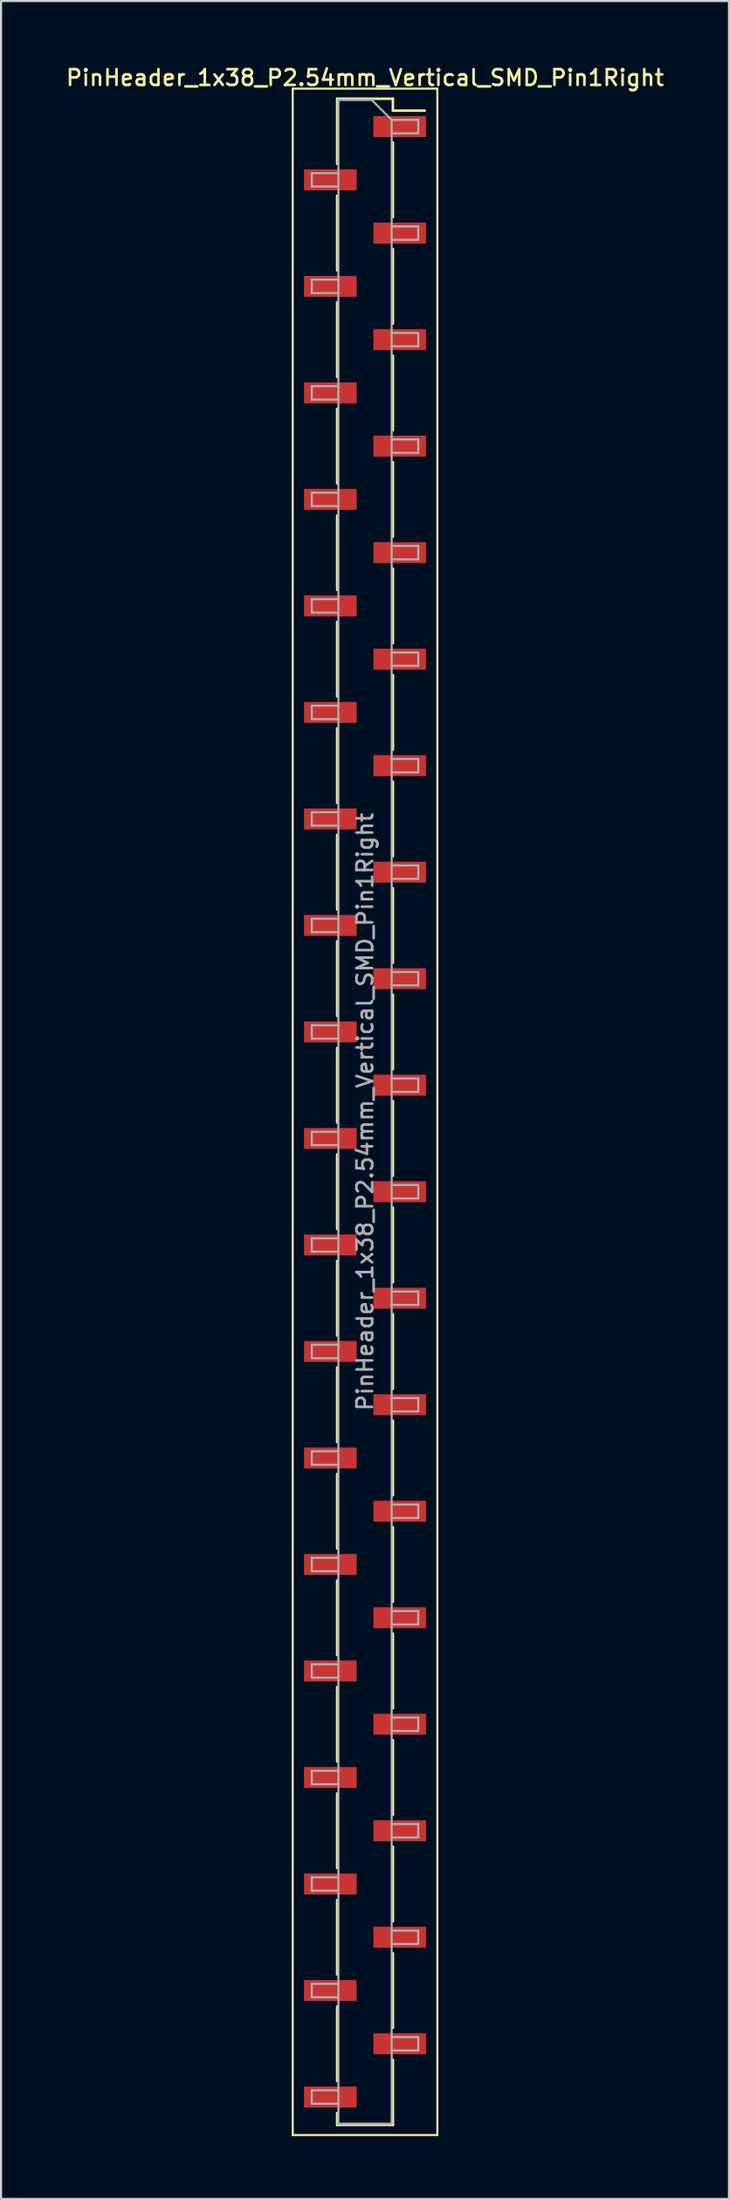
<source format=kicad_pcb>
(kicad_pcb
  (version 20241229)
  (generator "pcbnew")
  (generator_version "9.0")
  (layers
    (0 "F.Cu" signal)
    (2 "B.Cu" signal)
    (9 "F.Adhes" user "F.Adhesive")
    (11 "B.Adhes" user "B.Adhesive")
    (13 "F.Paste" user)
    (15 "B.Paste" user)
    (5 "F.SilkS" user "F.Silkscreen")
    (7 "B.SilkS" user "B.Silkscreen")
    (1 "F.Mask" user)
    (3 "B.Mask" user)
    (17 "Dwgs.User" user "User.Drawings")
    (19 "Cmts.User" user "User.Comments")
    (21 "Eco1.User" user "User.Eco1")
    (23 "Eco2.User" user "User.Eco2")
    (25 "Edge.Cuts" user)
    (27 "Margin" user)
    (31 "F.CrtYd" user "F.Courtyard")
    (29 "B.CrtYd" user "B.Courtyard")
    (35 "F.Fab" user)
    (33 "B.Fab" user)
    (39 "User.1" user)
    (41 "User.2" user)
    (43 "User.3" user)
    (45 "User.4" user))
  (footprint "PinHeader_1x38_P2.54mm_Vertical_SMD_Pin1Right"
    (layer "F.Cu")
    (at 14.363 49.978)
    (property "Reference" "PinHeader_1x38_P2.54mm_Vertical_SMD_Pin1Right" (at 0 -49.32 0) (layer "F.SilkS") (effects (font (size 0.75 0.75) (thickness 0.125))))
    (attr smd)
    (fp_line (start -3.45 -48.8) (end -3.45 48.8) (stroke (width 0.1) (type solid)) (layer "F.SilkS"))
    (fp_line (start -3.45 48.8) (end 3.45 48.8) (stroke (width 0.1) (type solid)) (layer "F.SilkS"))
    (fp_line (start -1.33 -48.32) (end -1.33 -45.21) (stroke (width 0.12) (type solid)) (layer "F.SilkS"))
    (fp_line (start -1.33 -48.32) (end 1.33 -48.32) (stroke (width 0.12) (type solid)) (layer "F.SilkS"))
    (fp_line (start -1.33 -43.69) (end -1.33 -40.13) (stroke (width 0.12) (type solid)) (layer "F.SilkS"))
    (fp_line (start -1.33 -38.61) (end -1.33 -35.05) (stroke (width 0.12) (type solid)) (layer "F.SilkS"))
    (fp_line (start -1.33 -33.53) (end -1.33 -29.97) (stroke (width 0.12) (type solid)) (layer "F.SilkS"))
    (fp_line (start -1.33 -28.45) (end -1.33 -24.89) (stroke (width 0.12) (type solid)) (layer "F.SilkS"))
    (fp_line (start -1.33 -23.37) (end -1.33 -19.81) (stroke (width 0.12) (type solid)) (layer "F.SilkS"))
    (fp_line (start -1.33 -18.29) (end -1.33 -14.73) (stroke (width 0.12) (type solid)) (layer "F.SilkS"))
    (fp_line (start -1.33 -13.21) (end -1.33 -9.65) (stroke (width 0.12) (type solid)) (layer "F.SilkS"))
    (fp_line (start -1.33 -8.13) (end -1.33 -4.57) (stroke (width 0.12) (type solid)) (layer "F.SilkS"))
    (fp_line (start -1.33 -3.05) (end -1.33 0.51) (stroke (width 0.12) (type solid)) (layer "F.SilkS"))
    (fp_line (start -1.33 2.03) (end -1.33 5.59) (stroke (width 0.12) (type solid)) (layer "F.SilkS"))
    (fp_line (start -1.33 7.11) (end -1.33 10.67) (stroke (width 0.12) (type solid)) (layer "F.SilkS"))
    (fp_line (start -1.33 12.19) (end -1.33 15.75) (stroke (width 0.12) (type solid)) (layer "F.SilkS"))
    (fp_line (start -1.33 17.27) (end -1.33 20.83) (stroke (width 0.12) (type solid)) (layer "F.SilkS"))
    (fp_line (start -1.33 22.35) (end -1.33 25.91) (stroke (width 0.12) (type solid)) (layer "F.SilkS"))
    (fp_line (start -1.33 27.43) (end -1.33 30.99) (stroke (width 0.12) (type solid)) (layer "F.SilkS"))
    (fp_line (start -1.33 32.51) (end -1.33 36.07) (stroke (width 0.12) (type solid)) (layer "F.SilkS"))
    (fp_line (start -1.33 37.59) (end -1.33 41.15) (stroke (width 0.12) (type solid)) (layer "F.SilkS"))
    (fp_line (start -1.33 42.67) (end -1.33 46.23) (stroke (width 0.12) (type solid)) (layer "F.SilkS"))
    (fp_line (start -1.33 47.75) (end -1.33 48.32) (stroke (width 0.12) (type solid)) (layer "F.SilkS"))
    (fp_line (start -1.33 48.32) (end 1.33 48.32) (stroke (width 0.12) (type solid)) (layer "F.SilkS"))
    (fp_line (start 1.33 -48.32) (end 1.33 -47.75) (stroke (width 0.12) (type solid)) (layer "F.SilkS"))
    (fp_line (start 1.33 -47.75) (end 2.85 -47.75) (stroke (width 0.12) (type solid)) (layer "F.SilkS"))
    (fp_line (start 1.33 -46.23) (end 1.33 -42.67) (stroke (width 0.12) (type solid)) (layer "F.SilkS"))
    (fp_line (start 1.33 -41.15) (end 1.33 -37.59) (stroke (width 0.12) (type solid)) (layer "F.SilkS"))
    (fp_line (start 1.33 -36.07) (end 1.33 -32.51) (stroke (width 0.12) (type solid)) (layer "F.SilkS"))
    (fp_line (start 1.33 -30.99) (end 1.33 -27.43) (stroke (width 0.12) (type solid)) (layer "F.SilkS"))
    (fp_line (start 1.33 -25.91) (end 1.33 -22.35) (stroke (width 0.12) (type solid)) (layer "F.SilkS"))
    (fp_line (start 1.33 -20.83) (end 1.33 -17.27) (stroke (width 0.12) (type solid)) (layer "F.SilkS"))
    (fp_line (start 1.33 -15.75) (end 1.33 -12.19) (stroke (width 0.12) (type solid)) (layer "F.SilkS"))
    (fp_line (start 1.33 -10.67) (end 1.33 -7.11) (stroke (width 0.12) (type solid)) (layer "F.SilkS"))
    (fp_line (start 1.33 -5.59) (end 1.33 -2.03) (stroke (width 0.12) (type solid)) (layer "F.SilkS"))
    (fp_line (start 1.33 -0.51) (end 1.33 3.05) (stroke (width 0.12) (type solid)) (layer "F.SilkS"))
    (fp_line (start 1.33 4.57) (end 1.33 8.13) (stroke (width 0.12) (type solid)) (layer "F.SilkS"))
    (fp_line (start 1.33 9.65) (end 1.33 13.21) (stroke (width 0.12) (type solid)) (layer "F.SilkS"))
    (fp_line (start 1.33 14.73) (end 1.33 18.29) (stroke (width 0.12) (type solid)) (layer "F.SilkS"))
    (fp_line (start 1.33 19.81) (end 1.33 23.37) (stroke (width 0.12) (type solid)) (layer "F.SilkS"))
    (fp_line (start 1.33 24.89) (end 1.33 28.45) (stroke (width 0.12) (type solid)) (layer "F.SilkS"))
    (fp_line (start 1.33 29.97) (end 1.33 33.53) (stroke (width 0.12) (type solid)) (layer "F.SilkS"))
    (fp_line (start 1.33 35.05) (end 1.33 38.61) (stroke (width 0.12) (type solid)) (layer "F.SilkS"))
    (fp_line (start 1.33 40.13) (end 1.33 43.69) (stroke (width 0.12) (type solid)) (layer "F.SilkS"))
    (fp_line (start 1.33 45.21) (end 1.33 48.32) (stroke (width 0.12) (type solid)) (layer "F.SilkS"))
    (fp_line (start 3.45 -48.8) (end -3.45 -48.8) (stroke (width 0.1) (type solid)) (layer "F.SilkS"))
    (fp_line (start 3.45 48.8) (end 3.45 -48.8) (stroke (width 0.1) (type solid)) (layer "F.SilkS"))
    (fp_line (start -2.54 -44.77) (end -2.54 -44.13) (stroke (width 0.1) (type solid)) (layer "F.Fab"))
    (fp_line (start -2.54 -44.13) (end -1.27 -44.13) (stroke (width 0.1) (type solid)) (layer "F.Fab"))
    (fp_line (start -2.54 -39.69) (end -2.54 -39.05) (stroke (width 0.1) (type solid)) (layer "F.Fab"))
    (fp_line (start -2.54 -39.05) (end -1.27 -39.05) (stroke (width 0.1) (type solid)) (layer "F.Fab"))
    (fp_line (start -2.54 -34.61) (end -2.54 -33.97) (stroke (width 0.1) (type solid)) (layer "F.Fab"))
    (fp_line (start -2.54 -33.97) (end -1.27 -33.97) (stroke (width 0.1) (type solid)) (layer "F.Fab"))
    (fp_line (start -2.54 -29.53) (end -2.54 -28.89) (stroke (width 0.1) (type solid)) (layer "F.Fab"))
    (fp_line (start -2.54 -28.89) (end -1.27 -28.89) (stroke (width 0.1) (type solid)) (layer "F.Fab"))
    (fp_line (start -2.54 -24.45) (end -2.54 -23.81) (stroke (width 0.1) (type solid)) (layer "F.Fab"))
    (fp_line (start -2.54 -23.81) (end -1.27 -23.81) (stroke (width 0.1) (type solid)) (layer "F.Fab"))
    (fp_line (start -2.54 -19.37) (end -2.54 -18.73) (stroke (width 0.1) (type solid)) (layer "F.Fab"))
    (fp_line (start -2.54 -18.73) (end -1.27 -18.73) (stroke (width 0.1) (type solid)) (layer "F.Fab"))
    (fp_line (start -2.54 -14.29) (end -2.54 -13.65) (stroke (width 0.1) (type solid)) (layer "F.Fab"))
    (fp_line (start -2.54 -13.65) (end -1.27 -13.65) (stroke (width 0.1) (type solid)) (layer "F.Fab"))
    (fp_line (start -2.54 -9.21) (end -2.54 -8.57) (stroke (width 0.1) (type solid)) (layer "F.Fab"))
    (fp_line (start -2.54 -8.57) (end -1.27 -8.57) (stroke (width 0.1) (type solid)) (layer "F.Fab"))
    (fp_line (start -2.54 -4.13) (end -2.54 -3.49) (stroke (width 0.1) (type solid)) (layer "F.Fab"))
    (fp_line (start -2.54 -3.49) (end -1.27 -3.49) (stroke (width 0.1) (type solid)) (layer "F.Fab"))
    (fp_line (start -2.54 0.95) (end -2.54 1.59) (stroke (width 0.1) (type solid)) (layer "F.Fab"))
    (fp_line (start -2.54 1.59) (end -1.27 1.59) (stroke (width 0.1) (type solid)) (layer "F.Fab"))
    (fp_line (start -2.54 6.03) (end -2.54 6.67) (stroke (width 0.1) (type solid)) (layer "F.Fab"))
    (fp_line (start -2.54 6.67) (end -1.27 6.67) (stroke (width 0.1) (type solid)) (layer "F.Fab"))
    (fp_line (start -2.54 11.11) (end -2.54 11.75) (stroke (width 0.1) (type solid)) (layer "F.Fab"))
    (fp_line (start -2.54 11.75) (end -1.27 11.75) (stroke (width 0.1) (type solid)) (layer "F.Fab"))
    (fp_line (start -2.54 16.19) (end -2.54 16.83) (stroke (width 0.1) (type solid)) (layer "F.Fab"))
    (fp_line (start -2.54 16.83) (end -1.27 16.83) (stroke (width 0.1) (type solid)) (layer "F.Fab"))
    (fp_line (start -2.54 21.27) (end -2.54 21.91) (stroke (width 0.1) (type solid)) (layer "F.Fab"))
    (fp_line (start -2.54 21.91) (end -1.27 21.91) (stroke (width 0.1) (type solid)) (layer "F.Fab"))
    (fp_line (start -2.54 26.35) (end -2.54 26.99) (stroke (width 0.1) (type solid)) (layer "F.Fab"))
    (fp_line (start -2.54 26.99) (end -1.27 26.99) (stroke (width 0.1) (type solid)) (layer "F.Fab"))
    (fp_line (start -2.54 31.43) (end -2.54 32.07) (stroke (width 0.1) (type solid)) (layer "F.Fab"))
    (fp_line (start -2.54 32.07) (end -1.27 32.07) (stroke (width 0.1) (type solid)) (layer "F.Fab"))
    (fp_line (start -2.54 36.51) (end -2.54 37.15) (stroke (width 0.1) (type solid)) (layer "F.Fab"))
    (fp_line (start -2.54 37.15) (end -1.27 37.15) (stroke (width 0.1) (type solid)) (layer "F.Fab"))
    (fp_line (start -2.54 41.59) (end -2.54 42.23) (stroke (width 0.1) (type solid)) (layer "F.Fab"))
    (fp_line (start -2.54 42.23) (end -1.27 42.23) (stroke (width 0.1) (type solid)) (layer "F.Fab"))
    (fp_line (start -2.54 46.67) (end -2.54 47.31) (stroke (width 0.1) (type solid)) (layer "F.Fab"))
    (fp_line (start -2.54 47.31) (end -1.27 47.31) (stroke (width 0.1) (type solid)) (layer "F.Fab"))
    (fp_line (start -1.27 -48.26) (end -1.27 48.26) (stroke (width 0.1) (type solid)) (layer "F.Fab"))
    (fp_line (start -1.27 -48.26) (end 0.32 -48.26) (stroke (width 0.1) (type solid)) (layer "F.Fab"))
    (fp_line (start -1.27 -44.77) (end -2.54 -44.77) (stroke (width 0.1) (type solid)) (layer "F.Fab"))
    (fp_line (start -1.27 -39.69) (end -2.54 -39.69) (stroke (width 0.1) (type solid)) (layer "F.Fab"))
    (fp_line (start -1.27 -34.61) (end -2.54 -34.61) (stroke (width 0.1) (type solid)) (layer "F.Fab"))
    (fp_line (start -1.27 -29.53) (end -2.54 -29.53) (stroke (width 0.1) (type solid)) (layer "F.Fab"))
    (fp_line (start -1.27 -24.45) (end -2.54 -24.45) (stroke (width 0.1) (type solid)) (layer "F.Fab"))
    (fp_line (start -1.27 -19.37) (end -2.54 -19.37) (stroke (width 0.1) (type solid)) (layer "F.Fab"))
    (fp_line (start -1.27 -14.29) (end -2.54 -14.29) (stroke (width 0.1) (type solid)) (layer "F.Fab"))
    (fp_line (start -1.27 -9.21) (end -2.54 -9.21) (stroke (width 0.1) (type solid)) (layer "F.Fab"))
    (fp_line (start -1.27 -4.13) (end -2.54 -4.13) (stroke (width 0.1) (type solid)) (layer "F.Fab"))
    (fp_line (start -1.27 0.95) (end -2.54 0.95) (stroke (width 0.1) (type solid)) (layer "F.Fab"))
    (fp_line (start -1.27 6.03) (end -2.54 6.03) (stroke (width 0.1) (type solid)) (layer "F.Fab"))
    (fp_line (start -1.27 11.11) (end -2.54 11.11) (stroke (width 0.1) (type solid)) (layer "F.Fab"))
    (fp_line (start -1.27 16.19) (end -2.54 16.19) (stroke (width 0.1) (type solid)) (layer "F.Fab"))
    (fp_line (start -1.27 21.27) (end -2.54 21.27) (stroke (width 0.1) (type solid)) (layer "F.Fab"))
    (fp_line (start -1.27 26.35) (end -2.54 26.35) (stroke (width 0.1) (type solid)) (layer "F.Fab"))
    (fp_line (start -1.27 31.43) (end -2.54 31.43) (stroke (width 0.1) (type solid)) (layer "F.Fab"))
    (fp_line (start -1.27 36.51) (end -2.54 36.51) (stroke (width 0.1) (type solid)) (layer "F.Fab"))
    (fp_line (start -1.27 41.59) (end -2.54 41.59) (stroke (width 0.1) (type solid)) (layer "F.Fab"))
    (fp_line (start -1.27 46.67) (end -2.54 46.67) (stroke (width 0.1) (type solid)) (layer "F.Fab"))
    (fp_line (start 1.27 -47.31) (end 0.32 -48.26) (stroke (width 0.1) (type solid)) (layer "F.Fab"))
    (fp_line (start 1.27 -47.31) (end 2.54 -47.31) (stroke (width 0.1) (type solid)) (layer "F.Fab"))
    (fp_line (start 1.27 -42.23) (end 2.54 -42.23) (stroke (width 0.1) (type solid)) (layer "F.Fab"))
    (fp_line (start 1.27 -37.15) (end 2.54 -37.15) (stroke (width 0.1) (type solid)) (layer "F.Fab"))
    (fp_line (start 1.27 -32.07) (end 2.54 -32.07) (stroke (width 0.1) (type solid)) (layer "F.Fab"))
    (fp_line (start 1.27 -26.99) (end 2.54 -26.99) (stroke (width 0.1) (type solid)) (layer "F.Fab"))
    (fp_line (start 1.27 -21.91) (end 2.54 -21.91) (stroke (width 0.1) (type solid)) (layer "F.Fab"))
    (fp_line (start 1.27 -16.83) (end 2.54 -16.83) (stroke (width 0.1) (type solid)) (layer "F.Fab"))
    (fp_line (start 1.27 -11.75) (end 2.54 -11.75) (stroke (width 0.1) (type solid)) (layer "F.Fab"))
    (fp_line (start 1.27 -6.67) (end 2.54 -6.67) (stroke (width 0.1) (type solid)) (layer "F.Fab"))
    (fp_line (start 1.27 -1.59) (end 2.54 -1.59) (stroke (width 0.1) (type solid)) (layer "F.Fab"))
    (fp_line (start 1.27 3.49) (end 2.54 3.49) (stroke (width 0.1) (type solid)) (layer "F.Fab"))
    (fp_line (start 1.27 8.57) (end 2.54 8.57) (stroke (width 0.1) (type solid)) (layer "F.Fab"))
    (fp_line (start 1.27 13.65) (end 2.54 13.65) (stroke (width 0.1) (type solid)) (layer "F.Fab"))
    (fp_line (start 1.27 18.73) (end 2.54 18.73) (stroke (width 0.1) (type solid)) (layer "F.Fab"))
    (fp_line (start 1.27 23.81) (end 2.54 23.81) (stroke (width 0.1) (type solid)) (layer "F.Fab"))
    (fp_line (start 1.27 28.89) (end 2.54 28.89) (stroke (width 0.1) (type solid)) (layer "F.Fab"))
    (fp_line (start 1.27 33.97) (end 2.54 33.97) (stroke (width 0.1) (type solid)) (layer "F.Fab"))
    (fp_line (start 1.27 39.05) (end 2.54 39.05) (stroke (width 0.1) (type solid)) (layer "F.Fab"))
    (fp_line (start 1.27 44.13) (end 2.54 44.13) (stroke (width 0.1) (type solid)) (layer "F.Fab"))
    (fp_line (start 1.27 48.26) (end -1.27 48.26) (stroke (width 0.1) (type solid)) (layer "F.Fab"))
    (fp_line (start 1.27 48.26) (end 1.27 -47.31) (stroke (width 0.1) (type solid)) (layer "F.Fab"))
    (fp_line (start 2.54 -47.31) (end 2.54 -46.67) (stroke (width 0.1) (type solid)) (layer "F.Fab"))
    (fp_line (start 2.54 -46.67) (end 1.27 -46.67) (stroke (width 0.1) (type solid)) (layer "F.Fab"))
    (fp_line (start 2.54 -42.23) (end 2.54 -41.59) (stroke (width 0.1) (type solid)) (layer "F.Fab"))
    (fp_line (start 2.54 -41.59) (end 1.27 -41.59) (stroke (width 0.1) (type solid)) (layer "F.Fab"))
    (fp_line (start 2.54 -37.15) (end 2.54 -36.51) (stroke (width 0.1) (type solid)) (layer "F.Fab"))
    (fp_line (start 2.54 -36.51) (end 1.27 -36.51) (stroke (width 0.1) (type solid)) (layer "F.Fab"))
    (fp_line (start 2.54 -32.07) (end 2.54 -31.43) (stroke (width 0.1) (type solid)) (layer "F.Fab"))
    (fp_line (start 2.54 -31.43) (end 1.27 -31.43) (stroke (width 0.1) (type solid)) (layer "F.Fab"))
    (fp_line (start 2.54 -26.99) (end 2.54 -26.35) (stroke (width 0.1) (type solid)) (layer "F.Fab"))
    (fp_line (start 2.54 -26.35) (end 1.27 -26.35) (stroke (width 0.1) (type solid)) (layer "F.Fab"))
    (fp_line (start 2.54 -21.91) (end 2.54 -21.27) (stroke (width 0.1) (type solid)) (layer "F.Fab"))
    (fp_line (start 2.54 -21.27) (end 1.27 -21.27) (stroke (width 0.1) (type solid)) (layer "F.Fab"))
    (fp_line (start 2.54 -16.83) (end 2.54 -16.19) (stroke (width 0.1) (type solid)) (layer "F.Fab"))
    (fp_line (start 2.54 -16.19) (end 1.27 -16.19) (stroke (width 0.1) (type solid)) (layer "F.Fab"))
    (fp_line (start 2.54 -11.75) (end 2.54 -11.11) (stroke (width 0.1) (type solid)) (layer "F.Fab"))
    (fp_line (start 2.54 -11.11) (end 1.27 -11.11) (stroke (width 0.1) (type solid)) (layer "F.Fab"))
    (fp_line (start 2.54 -6.67) (end 2.54 -6.03) (stroke (width 0.1) (type solid)) (layer "F.Fab"))
    (fp_line (start 2.54 -6.03) (end 1.27 -6.03) (stroke (width 0.1) (type solid)) (layer "F.Fab"))
    (fp_line (start 2.54 -1.59) (end 2.54 -0.95) (stroke (width 0.1) (type solid)) (layer "F.Fab"))
    (fp_line (start 2.54 -0.95) (end 1.27 -0.95) (stroke (width 0.1) (type solid)) (layer "F.Fab"))
    (fp_line (start 2.54 3.49) (end 2.54 4.13) (stroke (width 0.1) (type solid)) (layer "F.Fab"))
    (fp_line (start 2.54 4.13) (end 1.27 4.13) (stroke (width 0.1) (type solid)) (layer "F.Fab"))
    (fp_line (start 2.54 8.57) (end 2.54 9.21) (stroke (width 0.1) (type solid)) (layer "F.Fab"))
    (fp_line (start 2.54 9.21) (end 1.27 9.21) (stroke (width 0.1) (type solid)) (layer "F.Fab"))
    (fp_line (start 2.54 13.65) (end 2.54 14.29) (stroke (width 0.1) (type solid)) (layer "F.Fab"))
    (fp_line (start 2.54 14.29) (end 1.27 14.29) (stroke (width 0.1) (type solid)) (layer "F.Fab"))
    (fp_line (start 2.54 18.73) (end 2.54 19.37) (stroke (width 0.1) (type solid)) (layer "F.Fab"))
    (fp_line (start 2.54 19.37) (end 1.27 19.37) (stroke (width 0.1) (type solid)) (layer "F.Fab"))
    (fp_line (start 2.54 23.81) (end 2.54 24.45) (stroke (width 0.1) (type solid)) (layer "F.Fab"))
    (fp_line (start 2.54 24.45) (end 1.27 24.45) (stroke (width 0.1) (type solid)) (layer "F.Fab"))
    (fp_line (start 2.54 28.89) (end 2.54 29.53) (stroke (width 0.1) (type solid)) (layer "F.Fab"))
    (fp_line (start 2.54 29.53) (end 1.27 29.53) (stroke (width 0.1) (type solid)) (layer "F.Fab"))
    (fp_line (start 2.54 33.97) (end 2.54 34.61) (stroke (width 0.1) (type solid)) (layer "F.Fab"))
    (fp_line (start 2.54 34.61) (end 1.27 34.61) (stroke (width 0.1) (type solid)) (layer "F.Fab"))
    (fp_line (start 2.54 39.05) (end 2.54 39.69) (stroke (width 0.1) (type solid)) (layer "F.Fab"))
    (fp_line (start 2.54 39.69) (end 1.27 39.69) (stroke (width 0.1) (type solid)) (layer "F.Fab"))
    (fp_line (start 2.54 44.13) (end 2.54 44.77) (stroke (width 0.1) (type solid)) (layer "F.Fab"))
    (fp_line (start 2.54 44.77) (end 1.27 44.77) (stroke (width 0.1) (type solid)) (layer "F.Fab"))
    (fp_text user "${REFERENCE}" (at 0 0 90) (layer "F.Fab") (effects (font (size 0.75 0.75) (thickness 0.125))))
    (pad "1" smd rect (at 1.655 -46.99) (size 2.51 1) (layers "F.Cu" "F.Mask" "F.Paste"))
    (pad "2" smd rect (at -1.655 -44.45) (size 2.51 1) (layers "F.Cu" "F.Mask" "F.Paste"))
    (pad "3" smd rect (at 1.655 -41.91) (size 2.51 1) (layers "F.Cu" "F.Mask" "F.Paste"))
    (pad "4" smd rect (at -1.655 -39.37) (size 2.51 1) (layers "F.Cu" "F.Mask" "F.Paste"))
    (pad "5" smd rect (at 1.655 -36.83) (size 2.51 1) (layers "F.Cu" "F.Mask" "F.Paste"))
    (pad "6" smd rect (at -1.655 -34.29) (size 2.51 1) (layers "F.Cu" "F.Mask" "F.Paste"))
    (pad "7" smd rect (at 1.655 -31.75) (size 2.51 1) (layers "F.Cu" "F.Mask" "F.Paste"))
    (pad "8" smd rect (at -1.655 -29.21) (size 2.51 1) (layers "F.Cu" "F.Mask" "F.Paste"))
    (pad "9" smd rect (at 1.655 -26.67) (size 2.51 1) (layers "F.Cu" "F.Mask" "F.Paste"))
    (pad "10" smd rect (at -1.655 -24.13) (size 2.51 1) (layers "F.Cu" "F.Mask" "F.Paste"))
    (pad "11" smd rect (at 1.655 -21.59) (size 2.51 1) (layers "F.Cu" "F.Mask" "F.Paste"))
    (pad "12" smd rect (at -1.655 -19.05) (size 2.51 1) (layers "F.Cu" "F.Mask" "F.Paste"))
    (pad "13" smd rect (at 1.655 -16.51) (size 2.51 1) (layers "F.Cu" "F.Mask" "F.Paste"))
    (pad "14" smd rect (at -1.655 -13.97) (size 2.51 1) (layers "F.Cu" "F.Mask" "F.Paste"))
    (pad "15" smd rect (at 1.655 -11.43) (size 2.51 1) (layers "F.Cu" "F.Mask" "F.Paste"))
    (pad "16" smd rect (at -1.655 -8.89) (size 2.51 1) (layers "F.Cu" "F.Mask" "F.Paste"))
    (pad "17" smd rect (at 1.655 -6.35) (size 2.51 1) (layers "F.Cu" "F.Mask" "F.Paste"))
    (pad "18" smd rect (at -1.655 -3.81) (size 2.51 1) (layers "F.Cu" "F.Mask" "F.Paste"))
    (pad "19" smd rect (at 1.655 -1.27) (size 2.51 1) (layers "F.Cu" "F.Mask" "F.Paste"))
    (pad "20" smd rect (at -1.655 1.27) (size 2.51 1) (layers "F.Cu" "F.Mask" "F.Paste"))
    (pad "21" smd rect (at 1.655 3.81) (size 2.51 1) (layers "F.Cu" "F.Mask" "F.Paste"))
    (pad "22" smd rect (at -1.655 6.35) (size 2.51 1) (layers "F.Cu" "F.Mask" "F.Paste"))
    (pad "23" smd rect (at 1.655 8.89) (size 2.51 1) (layers "F.Cu" "F.Mask" "F.Paste"))
    (pad "24" smd rect (at -1.655 11.43) (size 2.51 1) (layers "F.Cu" "F.Mask" "F.Paste"))
    (pad "25" smd rect (at 1.655 13.97) (size 2.51 1) (layers "F.Cu" "F.Mask" "F.Paste"))
    (pad "26" smd rect (at -1.655 16.51) (size 2.51 1) (layers "F.Cu" "F.Mask" "F.Paste"))
    (pad "27" smd rect (at 1.655 19.05) (size 2.51 1) (layers "F.Cu" "F.Mask" "F.Paste"))
    (pad "28" smd rect (at -1.655 21.59) (size 2.51 1) (layers "F.Cu" "F.Mask" "F.Paste"))
    (pad "29" smd rect (at 1.655 24.13) (size 2.51 1) (layers "F.Cu" "F.Mask" "F.Paste"))
    (pad "30" smd rect (at -1.655 26.67) (size 2.51 1) (layers "F.Cu" "F.Mask" "F.Paste"))
    (pad "31" smd rect (at 1.655 29.21) (size 2.51 1) (layers "F.Cu" "F.Mask" "F.Paste"))
    (pad "32" smd rect (at -1.655 31.75) (size 2.51 1) (layers "F.Cu" "F.Mask" "F.Paste"))
    (pad "33" smd rect (at 1.655 34.29) (size 2.51 1) (layers "F.Cu" "F.Mask" "F.Paste"))
    (pad "34" smd rect (at -1.655 36.83) (size 2.51 1) (layers "F.Cu" "F.Mask" "F.Paste"))
    (pad "35" smd rect (at 1.655 39.37) (size 2.51 1) (layers "F.Cu" "F.Mask" "F.Paste"))
    (pad "36" smd rect (at -1.655 41.91) (size 2.51 1) (layers "F.Cu" "F.Mask" "F.Paste"))
    (pad "37" smd rect (at 1.655 44.45) (size 2.51 1) (layers "F.Cu" "F.Mask" "F.Paste"))
    (pad "38" smd rect (at -1.655 46.99) (size 2.51 1) (layers "F.Cu" "F.Mask" "F.Paste")))
  (gr_rect
    (start -3 -3)
    (end 31.725 101.828)
    (stroke (width 0.1) (type default))
    (fill no)
    (layer "Edge.Cuts")))
</source>
